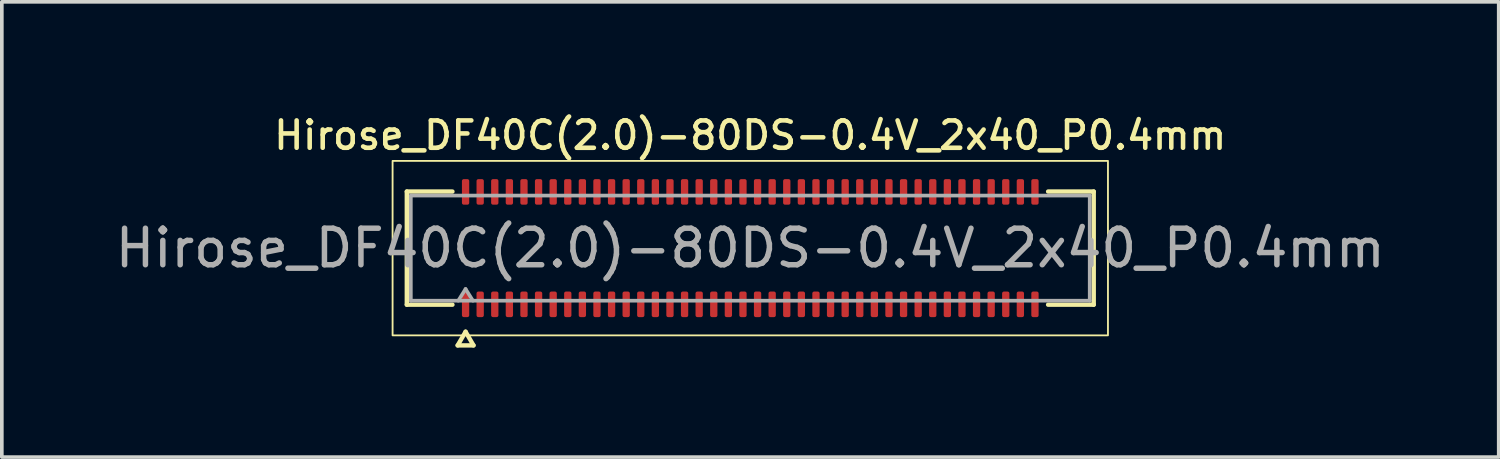
<source format=kicad_pcb>
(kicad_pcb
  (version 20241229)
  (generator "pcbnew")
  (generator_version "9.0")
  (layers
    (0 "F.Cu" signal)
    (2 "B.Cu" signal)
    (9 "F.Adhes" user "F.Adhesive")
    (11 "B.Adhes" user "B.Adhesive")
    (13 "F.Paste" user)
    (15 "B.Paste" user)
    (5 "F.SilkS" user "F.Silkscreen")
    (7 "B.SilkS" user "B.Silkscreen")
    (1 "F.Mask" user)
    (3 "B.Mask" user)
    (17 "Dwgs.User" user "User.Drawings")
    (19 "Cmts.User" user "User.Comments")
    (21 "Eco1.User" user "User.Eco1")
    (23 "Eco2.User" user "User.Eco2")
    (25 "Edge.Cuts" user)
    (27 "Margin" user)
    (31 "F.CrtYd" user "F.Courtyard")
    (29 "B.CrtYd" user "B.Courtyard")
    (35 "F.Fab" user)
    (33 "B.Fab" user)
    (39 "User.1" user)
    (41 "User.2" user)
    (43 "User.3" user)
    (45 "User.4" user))
  (footprint "Hirose_DF40C(2.0)-80DS-0.4V_2x40_P0.4mm"
    (layer "F.Cu")
    (at 17.506 3.748)
    (property "Reference" "Hirose_DF40C(2.0)-80DS-0.4V_2x40_P0.4mm" (at 0 -3.09 0) (layer "F.SilkS") (effects (font (size 0.75 0.75) (thickness 0.125))))
    (attr smd)
    (fp_line (start -9.41 -1.55) (end -8.16 -1.55) (stroke (width 0.12) (type solid)) (layer "F.SilkS"))
    (fp_line (start -9.41 1.55) (end -9.41 -1.55) (stroke (width 0.12) (type solid)) (layer "F.SilkS"))
    (fp_line (start -8.16 1.55) (end -9.41 1.55) (stroke (width 0.12) (type solid)) (layer "F.SilkS"))
    (fp_line (start -8.017 2.665) (end -7.8 2.29) (stroke (width 0.12) (type solid)) (layer "F.SilkS"))
    (fp_line (start -7.8 2.29) (end -7.583 2.665) (stroke (width 0.12) (type solid)) (layer "F.SilkS"))
    (fp_line (start -7.583 2.665) (end -8.017 2.665) (stroke (width 0.12) (type solid)) (layer "F.SilkS"))
    (fp_line (start 8.16 -1.55) (end 9.41 -1.55) (stroke (width 0.12) (type solid)) (layer "F.SilkS"))
    (fp_line (start 9.41 -1.55) (end 9.41 1.55) (stroke (width 0.12) (type solid)) (layer "F.SilkS"))
    (fp_line (start 9.41 1.55) (end 8.16 1.55) (stroke (width 0.12) (type solid)) (layer "F.SilkS"))
    (fp_rect (start -9.8 -2.39) (end 9.8 2.39) (stroke (width 0.05) (type solid)) (fill no) (layer "F.SilkS"))
    (fp_line (start -9.3 -1.44) (end 9.3 -1.44) (stroke (width 0.1) (type solid)) (layer "F.Fab"))
    (fp_line (start -9.3 1.44) (end -9.3 -1.44) (stroke (width 0.1) (type solid)) (layer "F.Fab"))
    (fp_line (start -8 1.44) (end -7.8 1.12) (stroke (width 0.1) (type solid)) (layer "F.Fab"))
    (fp_line (start -7.8 1.12) (end -7.6 1.44) (stroke (width 0.1) (type solid)) (layer "F.Fab"))
    (fp_line (start 9.3 -1.44) (end 9.3 1.44) (stroke (width 0.1) (type solid)) (layer "F.Fab"))
    (fp_line (start 9.3 1.44) (end -9.3 1.44) (stroke (width 0.1) (type solid)) (layer "F.Fab"))
    (fp_text user "${REFERENCE}" (at 0 0 0) (layer "F.Fab") (effects (font (size 1 1) (thickness 0.15))))
    (pad "1" smd roundrect (at -7.8 1.54) (size 0.2 0.7) (layers "F.Cu" "F.Mask" "F.Paste") (roundrect_rratio 0.25))
    (pad "2" smd roundrect (at -7.8 -1.54) (size 0.2 0.7) (layers "F.Cu" "F.Mask" "F.Paste") (roundrect_rratio 0.25))
    (pad "3" smd roundrect (at -7.4 1.54) (size 0.2 0.7) (layers "F.Cu" "F.Mask" "F.Paste") (roundrect_rratio 0.25))
    (pad "4" smd roundrect (at -7.4 -1.54) (size 0.2 0.7) (layers "F.Cu" "F.Mask" "F.Paste") (roundrect_rratio 0.25))
    (pad "5" smd roundrect (at -7 1.54) (size 0.2 0.7) (layers "F.Cu" "F.Mask" "F.Paste") (roundrect_rratio 0.25))
    (pad "6" smd roundrect (at -7 -1.54) (size 0.2 0.7) (layers "F.Cu" "F.Mask" "F.Paste") (roundrect_rratio 0.25))
    (pad "7" smd roundrect (at -6.6 1.54) (size 0.2 0.7) (layers "F.Cu" "F.Mask" "F.Paste") (roundrect_rratio 0.25))
    (pad "8" smd roundrect (at -6.6 -1.54) (size 0.2 0.7) (layers "F.Cu" "F.Mask" "F.Paste") (roundrect_rratio 0.25))
    (pad "9" smd roundrect (at -6.2 1.54) (size 0.2 0.7) (layers "F.Cu" "F.Mask" "F.Paste") (roundrect_rratio 0.25))
    (pad "10" smd roundrect (at -6.2 -1.54) (size 0.2 0.7) (layers "F.Cu" "F.Mask" "F.Paste") (roundrect_rratio 0.25))
    (pad "11" smd roundrect (at -5.8 1.54) (size 0.2 0.7) (layers "F.Cu" "F.Mask" "F.Paste") (roundrect_rratio 0.25))
    (pad "12" smd roundrect (at -5.8 -1.54) (size 0.2 0.7) (layers "F.Cu" "F.Mask" "F.Paste") (roundrect_rratio 0.25))
    (pad "13" smd roundrect (at -5.4 1.54) (size 0.2 0.7) (layers "F.Cu" "F.Mask" "F.Paste") (roundrect_rratio 0.25))
    (pad "14" smd roundrect (at -5.4 -1.54) (size 0.2 0.7) (layers "F.Cu" "F.Mask" "F.Paste") (roundrect_rratio 0.25))
    (pad "15" smd roundrect (at -5 1.54) (size 0.2 0.7) (layers "F.Cu" "F.Mask" "F.Paste") (roundrect_rratio 0.25))
    (pad "16" smd roundrect (at -5 -1.54) (size 0.2 0.7) (layers "F.Cu" "F.Mask" "F.Paste") (roundrect_rratio 0.25))
    (pad "17" smd roundrect (at -4.6 1.54) (size 0.2 0.7) (layers "F.Cu" "F.Mask" "F.Paste") (roundrect_rratio 0.25))
    (pad "18" smd roundrect (at -4.6 -1.54) (size 0.2 0.7) (layers "F.Cu" "F.Mask" "F.Paste") (roundrect_rratio 0.25))
    (pad "19" smd roundrect (at -4.2 1.54) (size 0.2 0.7) (layers "F.Cu" "F.Mask" "F.Paste") (roundrect_rratio 0.25))
    (pad "20" smd roundrect (at -4.2 -1.54) (size 0.2 0.7) (layers "F.Cu" "F.Mask" "F.Paste") (roundrect_rratio 0.25))
    (pad "21" smd roundrect (at -3.8 1.54) (size 0.2 0.7) (layers "F.Cu" "F.Mask" "F.Paste") (roundrect_rratio 0.25))
    (pad "22" smd roundrect (at -3.8 -1.54) (size 0.2 0.7) (layers "F.Cu" "F.Mask" "F.Paste") (roundrect_rratio 0.25))
    (pad "23" smd roundrect (at -3.4 1.54) (size 0.2 0.7) (layers "F.Cu" "F.Mask" "F.Paste") (roundrect_rratio 0.25))
    (pad "24" smd roundrect (at -3.4 -1.54) (size 0.2 0.7) (layers "F.Cu" "F.Mask" "F.Paste") (roundrect_rratio 0.25))
    (pad "25" smd roundrect (at -3 1.54) (size 0.2 0.7) (layers "F.Cu" "F.Mask" "F.Paste") (roundrect_rratio 0.25))
    (pad "26" smd roundrect (at -3 -1.54) (size 0.2 0.7) (layers "F.Cu" "F.Mask" "F.Paste") (roundrect_rratio 0.25))
    (pad "27" smd roundrect (at -2.6 1.54) (size 0.2 0.7) (layers "F.Cu" "F.Mask" "F.Paste") (roundrect_rratio 0.25))
    (pad "28" smd roundrect (at -2.6 -1.54) (size 0.2 0.7) (layers "F.Cu" "F.Mask" "F.Paste") (roundrect_rratio 0.25))
    (pad "29" smd roundrect (at -2.2 1.54) (size 0.2 0.7) (layers "F.Cu" "F.Mask" "F.Paste") (roundrect_rratio 0.25))
    (pad "30" smd roundrect (at -2.2 -1.54) (size 0.2 0.7) (layers "F.Cu" "F.Mask" "F.Paste") (roundrect_rratio 0.25))
    (pad "31" smd roundrect (at -1.8 1.54) (size 0.2 0.7) (layers "F.Cu" "F.Mask" "F.Paste") (roundrect_rratio 0.25))
    (pad "32" smd roundrect (at -1.8 -1.54) (size 0.2 0.7) (layers "F.Cu" "F.Mask" "F.Paste") (roundrect_rratio 0.25))
    (pad "33" smd roundrect (at -1.4 1.54) (size 0.2 0.7) (layers "F.Cu" "F.Mask" "F.Paste") (roundrect_rratio 0.25))
    (pad "34" smd roundrect (at -1.4 -1.54) (size 0.2 0.7) (layers "F.Cu" "F.Mask" "F.Paste") (roundrect_rratio 0.25))
    (pad "35" smd roundrect (at -1 1.54) (size 0.2 0.7) (layers "F.Cu" "F.Mask" "F.Paste") (roundrect_rratio 0.25))
    (pad "36" smd roundrect (at -1 -1.54) (size 0.2 0.7) (layers "F.Cu" "F.Mask" "F.Paste") (roundrect_rratio 0.25))
    (pad "37" smd roundrect (at -0.6 1.54) (size 0.2 0.7) (layers "F.Cu" "F.Mask" "F.Paste") (roundrect_rratio 0.25))
    (pad "38" smd roundrect (at -0.6 -1.54) (size 0.2 0.7) (layers "F.Cu" "F.Mask" "F.Paste") (roundrect_rratio 0.25))
    (pad "39" smd roundrect (at -0.2 1.54) (size 0.2 0.7) (layers "F.Cu" "F.Mask" "F.Paste") (roundrect_rratio 0.25))
    (pad "40" smd roundrect (at -0.2 -1.54) (size 0.2 0.7) (layers "F.Cu" "F.Mask" "F.Paste") (roundrect_rratio 0.25))
    (pad "41" smd roundrect (at 0.2 1.54) (size 0.2 0.7) (layers "F.Cu" "F.Mask" "F.Paste") (roundrect_rratio 0.25))
    (pad "42" smd roundrect (at 0.2 -1.54) (size 0.2 0.7) (layers "F.Cu" "F.Mask" "F.Paste") (roundrect_rratio 0.25))
    (pad "43" smd roundrect (at 0.6 1.54) (size 0.2 0.7) (layers "F.Cu" "F.Mask" "F.Paste") (roundrect_rratio 0.25))
    (pad "44" smd roundrect (at 0.6 -1.54) (size 0.2 0.7) (layers "F.Cu" "F.Mask" "F.Paste") (roundrect_rratio 0.25))
    (pad "45" smd roundrect (at 1 1.54) (size 0.2 0.7) (layers "F.Cu" "F.Mask" "F.Paste") (roundrect_rratio 0.25))
    (pad "46" smd roundrect (at 1 -1.54) (size 0.2 0.7) (layers "F.Cu" "F.Mask" "F.Paste") (roundrect_rratio 0.25))
    (pad "47" smd roundrect (at 1.4 1.54) (size 0.2 0.7) (layers "F.Cu" "F.Mask" "F.Paste") (roundrect_rratio 0.25))
    (pad "48" smd roundrect (at 1.4 -1.54) (size 0.2 0.7) (layers "F.Cu" "F.Mask" "F.Paste") (roundrect_rratio 0.25))
    (pad "49" smd roundrect (at 1.8 1.54) (size 0.2 0.7) (layers "F.Cu" "F.Mask" "F.Paste") (roundrect_rratio 0.25))
    (pad "50" smd roundrect (at 1.8 -1.54) (size 0.2 0.7) (layers "F.Cu" "F.Mask" "F.Paste") (roundrect_rratio 0.25))
    (pad "51" smd roundrect (at 2.2 1.54) (size 0.2 0.7) (layers "F.Cu" "F.Mask" "F.Paste") (roundrect_rratio 0.25))
    (pad "52" smd roundrect (at 2.2 -1.54) (size 0.2 0.7) (layers "F.Cu" "F.Mask" "F.Paste") (roundrect_rratio 0.25))
    (pad "53" smd roundrect (at 2.6 1.54) (size 0.2 0.7) (layers "F.Cu" "F.Mask" "F.Paste") (roundrect_rratio 0.25))
    (pad "54" smd roundrect (at 2.6 -1.54) (size 0.2 0.7) (layers "F.Cu" "F.Mask" "F.Paste") (roundrect_rratio 0.25))
    (pad "55" smd roundrect (at 3 1.54) (size 0.2 0.7) (layers "F.Cu" "F.Mask" "F.Paste") (roundrect_rratio 0.25))
    (pad "56" smd roundrect (at 3 -1.54) (size 0.2 0.7) (layers "F.Cu" "F.Mask" "F.Paste") (roundrect_rratio 0.25))
    (pad "57" smd roundrect (at 3.4 1.54) (size 0.2 0.7) (layers "F.Cu" "F.Mask" "F.Paste") (roundrect_rratio 0.25))
    (pad "58" smd roundrect (at 3.4 -1.54) (size 0.2 0.7) (layers "F.Cu" "F.Mask" "F.Paste") (roundrect_rratio 0.25))
    (pad "59" smd roundrect (at 3.8 1.54) (size 0.2 0.7) (layers "F.Cu" "F.Mask" "F.Paste") (roundrect_rratio 0.25))
    (pad "60" smd roundrect (at 3.8 -1.54) (size 0.2 0.7) (layers "F.Cu" "F.Mask" "F.Paste") (roundrect_rratio 0.25))
    (pad "61" smd roundrect (at 4.2 1.54) (size 0.2 0.7) (layers "F.Cu" "F.Mask" "F.Paste") (roundrect_rratio 0.25))
    (pad "62" smd roundrect (at 4.2 -1.54) (size 0.2 0.7) (layers "F.Cu" "F.Mask" "F.Paste") (roundrect_rratio 0.25))
    (pad "63" smd roundrect (at 4.6 1.54) (size 0.2 0.7) (layers "F.Cu" "F.Mask" "F.Paste") (roundrect_rratio 0.25))
    (pad "64" smd roundrect (at 4.6 -1.54) (size 0.2 0.7) (layers "F.Cu" "F.Mask" "F.Paste") (roundrect_rratio 0.25))
    (pad "65" smd roundrect (at 5 1.54) (size 0.2 0.7) (layers "F.Cu" "F.Mask" "F.Paste") (roundrect_rratio 0.25))
    (pad "66" smd roundrect (at 5 -1.54) (size 0.2 0.7) (layers "F.Cu" "F.Mask" "F.Paste") (roundrect_rratio 0.25))
    (pad "67" smd roundrect (at 5.4 1.54) (size 0.2 0.7) (layers "F.Cu" "F.Mask" "F.Paste") (roundrect_rratio 0.25))
    (pad "68" smd roundrect (at 5.4 -1.54) (size 0.2 0.7) (layers "F.Cu" "F.Mask" "F.Paste") (roundrect_rratio 0.25))
    (pad "69" smd roundrect (at 5.8 1.54) (size 0.2 0.7) (layers "F.Cu" "F.Mask" "F.Paste") (roundrect_rratio 0.25))
    (pad "70" smd roundrect (at 5.8 -1.54) (size 0.2 0.7) (layers "F.Cu" "F.Mask" "F.Paste") (roundrect_rratio 0.25))
    (pad "71" smd roundrect (at 6.2 1.54) (size 0.2 0.7) (layers "F.Cu" "F.Mask" "F.Paste") (roundrect_rratio 0.25))
    (pad "72" smd roundrect (at 6.2 -1.54) (size 0.2 0.7) (layers "F.Cu" "F.Mask" "F.Paste") (roundrect_rratio 0.25))
    (pad "73" smd roundrect (at 6.6 1.54) (size 0.2 0.7) (layers "F.Cu" "F.Mask" "F.Paste") (roundrect_rratio 0.25))
    (pad "74" smd roundrect (at 6.6 -1.54) (size 0.2 0.7) (layers "F.Cu" "F.Mask" "F.Paste") (roundrect_rratio 0.25))
    (pad "75" smd roundrect (at 7 1.54) (size 0.2 0.7) (layers "F.Cu" "F.Mask" "F.Paste") (roundrect_rratio 0.25))
    (pad "76" smd roundrect (at 7 -1.54) (size 0.2 0.7) (layers "F.Cu" "F.Mask" "F.Paste") (roundrect_rratio 0.25))
    (pad "77" smd roundrect (at 7.4 1.54) (size 0.2 0.7) (layers "F.Cu" "F.Mask" "F.Paste") (roundrect_rratio 0.25))
    (pad "78" smd roundrect (at 7.4 -1.54) (size 0.2 0.7) (layers "F.Cu" "F.Mask" "F.Paste") (roundrect_rratio 0.25))
    (pad "79" smd roundrect (at 7.8 1.54) (size 0.2 0.7) (layers "F.Cu" "F.Mask" "F.Paste") (roundrect_rratio 0.25))
    (pad "80" smd roundrect (at 7.8 -1.54) (size 0.2 0.7) (layers "F.Cu" "F.Mask" "F.Paste") (roundrect_rratio 0.25)))
  (gr_rect
    (start -3 -3)
    (end 38.012 9.473)
    (stroke (width 0.1) (type default))
    (fill no)
    (layer "Edge.Cuts")))
</source>
